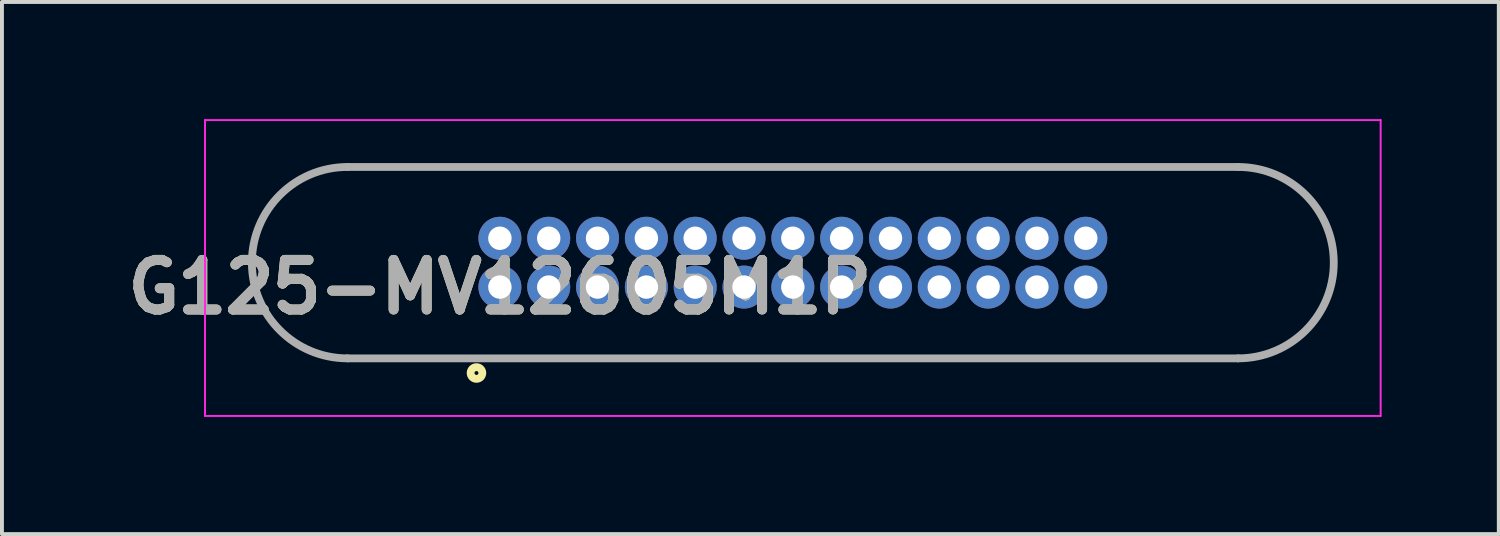
<source format=kicad_pcb>
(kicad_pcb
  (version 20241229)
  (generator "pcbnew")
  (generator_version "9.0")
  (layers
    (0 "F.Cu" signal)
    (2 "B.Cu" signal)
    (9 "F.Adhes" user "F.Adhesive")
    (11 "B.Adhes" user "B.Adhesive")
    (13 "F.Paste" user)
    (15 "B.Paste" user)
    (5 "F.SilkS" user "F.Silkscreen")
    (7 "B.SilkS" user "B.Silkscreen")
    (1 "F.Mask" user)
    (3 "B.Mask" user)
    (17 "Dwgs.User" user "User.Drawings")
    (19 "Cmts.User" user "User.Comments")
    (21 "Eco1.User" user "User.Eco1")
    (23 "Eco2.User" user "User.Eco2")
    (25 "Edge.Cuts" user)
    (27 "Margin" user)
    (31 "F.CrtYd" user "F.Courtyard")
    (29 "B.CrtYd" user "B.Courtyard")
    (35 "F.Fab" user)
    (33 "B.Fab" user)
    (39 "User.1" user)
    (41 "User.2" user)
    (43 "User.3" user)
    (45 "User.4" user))
  (footprint "G125-MV12605M1P"
    (layer "F.Cu")
    (at 9.749 4.3)
    (property "Reference" "G125-MV12605M1P" (at 0 0 0) (layer "F.SilkS") (effects (font (size 1.27 1.27) (thickness 0.254))))
    (attr through_hole)
    (fp_line (start -3.9 -3.075) (end 18.9 -3.075) (stroke (width 0.1) (type solid)) (layer "F.SilkS"))
    (fp_line (start 18.9 1.825) (end -3.9 1.825) (stroke (width 0.1) (type solid)) (layer "F.SilkS"))
    (fp_arc (start -3.9 1.825) (mid -6.35 -0.625) (end -3.9 -3.075) (stroke (width 0.1) (type solid)) (layer "F.SilkS"))
    (fp_arc (start 18.9 -3.075) (mid 21.35 -0.625) (end 18.9 1.825) (stroke (width 0.1) (type solid)) (layer "F.SilkS"))
    (fp_circle (center -0.6 2.2) (end -0.6 2.25) (stroke (width 0.2) (type solid)) (fill no) (layer "F.SilkS"))
    (fp_line (start -7.55 -4.275) (end 22.55 -4.275) (stroke (width 0.05) (type solid)) (layer "F.CrtYd"))
    (fp_line (start -7.55 3.3) (end -7.55 -4.275) (stroke (width 0.05) (type solid)) (layer "F.CrtYd"))
    (fp_line (start 22.55 -4.275) (end 22.55 3.3) (stroke (width 0.05) (type solid)) (layer "F.CrtYd"))
    (fp_line (start 22.55 3.3) (end -7.55 3.3) (stroke (width 0.05) (type solid)) (layer "F.CrtYd"))
    (fp_line (start -3.9 -3.075) (end 18.9 -3.075) (stroke (width 0.2) (type solid)) (layer "F.Fab"))
    (fp_line (start 18.9 1.825) (end -3.9 1.825) (stroke (width 0.2) (type solid)) (layer "F.Fab"))
    (fp_arc (start -3.9 1.825) (mid -6.35 -0.625) (end -3.9 -3.075) (stroke (width 0.2) (type solid)) (layer "F.Fab"))
    (fp_arc (start 18.9 -3.075) (mid 21.35 -0.625) (end 18.9 1.825) (stroke (width 0.2) (type solid)) (layer "F.Fab"))
    (fp_text user "${REFERENCE}" (at 0 0 0) (layer "F.Fab") (effects (font (size 1.27 1.27) (thickness 0.254))))
    (pad "1" thru_hole circle (at 0 0) (size 1.1 1.1) (drill 0.6) (layers "*.Cu" "*.Mask"))
    (pad "2" thru_hole circle (at 1.25 0) (size 1.1 1.1) (drill 0.6) (layers "*.Cu" "*.Mask"))
    (pad "3" thru_hole circle (at 2.5 0) (size 1.1 1.1) (drill 0.6) (layers "*.Cu" "*.Mask"))
    (pad "4" thru_hole circle (at 3.75 0) (size 1.1 1.1) (drill 0.6) (layers "*.Cu" "*.Mask"))
    (pad "5" thru_hole circle (at 5 0) (size 1.1 1.1) (drill 0.6) (layers "*.Cu" "*.Mask"))
    (pad "6" thru_hole circle (at 6.25 0) (size 1.1 1.1) (drill 0.6) (layers "*.Cu" "*.Mask"))
    (pad "7" thru_hole circle (at 7.5 0) (size 1.1 1.1) (drill 0.6) (layers "*.Cu" "*.Mask"))
    (pad "8" thru_hole circle (at 8.75 0) (size 1.1 1.1) (drill 0.6) (layers "*.Cu" "*.Mask"))
    (pad "9" thru_hole circle (at 10 0) (size 1.1 1.1) (drill 0.6) (layers "*.Cu" "*.Mask"))
    (pad "10" thru_hole circle (at 11.25 0) (size 1.1 1.1) (drill 0.6) (layers "*.Cu" "*.Mask"))
    (pad "11" thru_hole circle (at 12.5 0) (size 1.1 1.1) (drill 0.6) (layers "*.Cu" "*.Mask"))
    (pad "12" thru_hole circle (at 13.75 0) (size 1.1 1.1) (drill 0.6) (layers "*.Cu" "*.Mask"))
    (pad "13" thru_hole circle (at 15 0) (size 1.1 1.1) (drill 0.6) (layers "*.Cu" "*.Mask"))
    (pad "14" thru_hole circle (at 0 -1.25) (size 1.1 1.1) (drill 0.6) (layers "*.Cu" "*.Mask"))
    (pad "15" thru_hole circle (at 1.25 -1.25) (size 1.1 1.1) (drill 0.6) (layers "*.Cu" "*.Mask"))
    (pad "16" thru_hole circle (at 2.5 -1.25) (size 1.1 1.1) (drill 0.6) (layers "*.Cu" "*.Mask"))
    (pad "17" thru_hole circle (at 3.75 -1.25) (size 1.1 1.1) (drill 0.6) (layers "*.Cu" "*.Mask"))
    (pad "18" thru_hole circle (at 5 -1.25) (size 1.1 1.1) (drill 0.6) (layers "*.Cu" "*.Mask"))
    (pad "19" thru_hole circle (at 6.25 -1.25) (size 1.1 1.1) (drill 0.6) (layers "*.Cu" "*.Mask"))
    (pad "20" thru_hole circle (at 7.5 -1.25) (size 1.1 1.1) (drill 0.6) (layers "*.Cu" "*.Mask"))
    (pad "21" thru_hole circle (at 8.75 -1.25) (size 1.1 1.1) (drill 0.6) (layers "*.Cu" "*.Mask"))
    (pad "22" thru_hole circle (at 10 -1.25) (size 1.1 1.1) (drill 0.6) (layers "*.Cu" "*.Mask"))
    (pad "23" thru_hole circle (at 11.25 -1.25) (size 1.1 1.1) (drill 0.6) (layers "*.Cu" "*.Mask"))
    (pad "24" thru_hole circle (at 12.5 -1.25) (size 1.1 1.1) (drill 0.6) (layers "*.Cu" "*.Mask"))
    (pad "25" thru_hole circle (at 13.75 -1.25) (size 1.1 1.1) (drill 0.6) (layers "*.Cu" "*.Mask"))
    (pad "26" thru_hole circle (at 15 -1.25) (size 1.1 1.1) (drill 0.6) (layers "*.Cu" "*.Mask")))
  (gr_rect
    (start -3 -3)
    (end 35.324 10.625)
    (stroke (width 0.1) (type default))
    (fill no)
    (layer "Edge.Cuts")))
</source>
